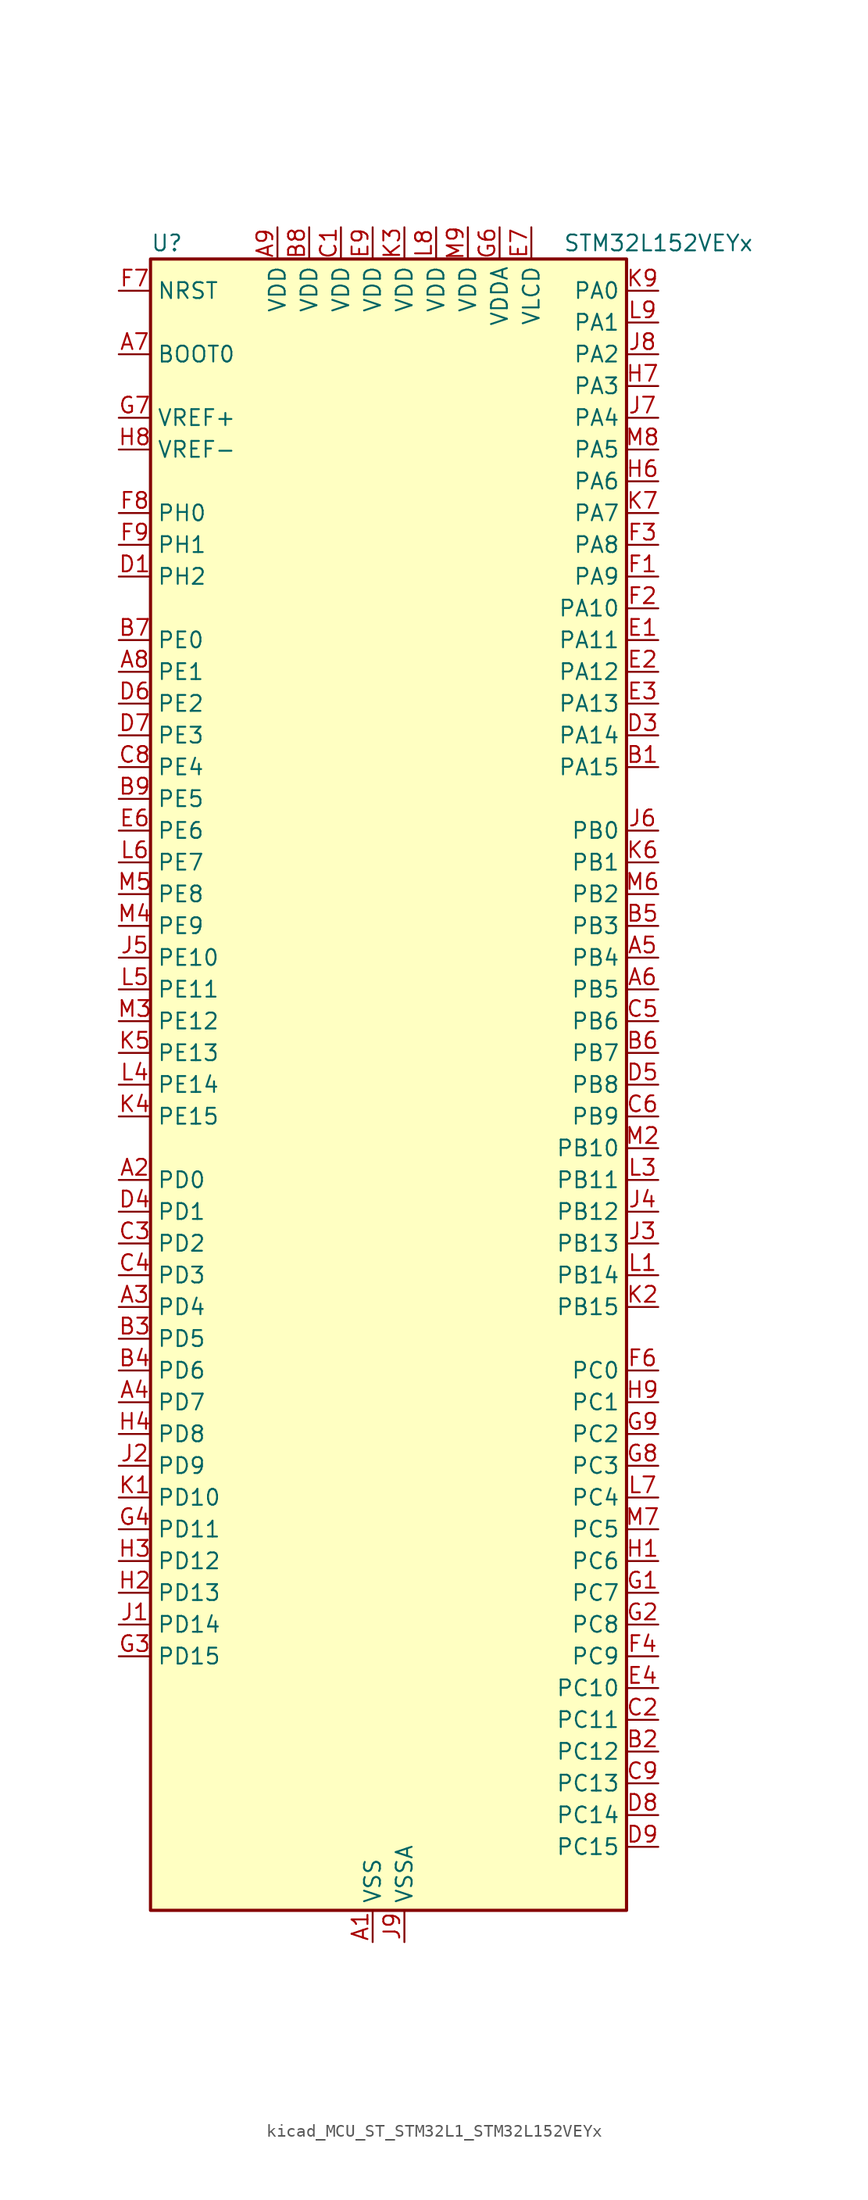
<source format=kicad_sym>
(kicad_symbol_lib
  (version 20220914)
  (generator kicad_symbol_editor)
  (symbol "kicad_MCU_ST_STM32L1_STM32L152VEYx"
    (property "Reference" "U"
      (at -17.78 67.31 0)
      (effects (font (size 1.27 1.27)) (justify left)))
    (property "Value" "STM32L152VEYx"
      (at 15.24 67.31 0)
      (effects (font (size 1.27 1.27)) (justify left)))
    (property "ki_locked" ""
      (at 0 0 0)
      (effects (font (size 1.27 1.27))))
    (symbol "kicad_MCU_ST_STM32L1_STM32L152VEYx_0_1"
      (rectangle (start -17.78 -66.04) (end 20.32 66.04) (stroke (width 0.254) (type default)) (fill (type background))))
    (symbol "kicad_MCU_ST_STM32L1_STM32L152VEYx_1_1"
      (pin power_in line (at 0 -68.58 90) (length 2.54) (name "VSS" (effects (font (size 1.27 1.27)))) (number "A1" (effects (font (size 1.27 1.27)))))
      (pin bidirectional line (at -20.32 -7.62 0) (length 2.54) (name "PD0" (effects (font (size 1.27 1.27)))) (number "A2" (effects (font (size 1.27 1.27)))) (alternate "I2S2_WS" bidirectional line) (alternate "SPI2_NSS" bidirectional line) (alternate "TIM9_CH1" bidirectional line) (alternate "TIMX_IC1" bidirectional line))
      (pin bidirectional line (at -20.32 -17.78 0) (length 2.54) (name "PD4" (effects (font (size 1.27 1.27)))) (number "A3" (effects (font (size 1.27 1.27)))) (alternate "I2S2_SD" bidirectional line) (alternate "SPI2_MOSI" bidirectional line) (alternate "TIMX_IC1" bidirectional line) (alternate "USART2_RTS" bidirectional line))
      (pin bidirectional line (at -20.32 -25.4 0) (length 2.54) (name "PD7" (effects (font (size 1.27 1.27)))) (number "A4" (effects (font (size 1.27 1.27)))) (alternate "TIM9_CH2" bidirectional line) (alternate "TIMX_IC4" bidirectional line) (alternate "USART2_CK" bidirectional line))
      (pin bidirectional line (at 22.86 10.16 180) (length 2.54) (name "PB4" (effects (font (size 1.27 1.27)))) (number "A5" (effects (font (size 1.27 1.27)))) (alternate "COMP2_INP" bidirectional line) (alternate "LCD_SEG8" bidirectional line) (alternate "SPI1_MISO" bidirectional line) (alternate "SPI3_MISO" bidirectional line) (alternate "SYS_JTRST" bidirectional line) (alternate "TIM3_CH1" bidirectional line) (alternate "TS_G6_IO1" bidirectional line))
      (pin bidirectional line (at 22.86 7.62 180) (length 2.54) (name "PB5" (effects (font (size 1.27 1.27)))) (number "A6" (effects (font (size 1.27 1.27)))) (alternate "COMP2_INP" bidirectional line) (alternate "I2C1_SMBA" bidirectional line) (alternate "I2S3_SD" bidirectional line) (alternate "LCD_SEG9" bidirectional line) (alternate "SPI1_MOSI" bidirectional line) (alternate "SPI3_MOSI" bidirectional line) (alternate "TIM3_CH2" bidirectional line) (alternate "TS_G6_IO2" bidirectional line))
      (pin input line (at -20.32 58.42 0) (length 2.54) (name "BOOT0" (effects (font (size 1.27 1.27)))) (number "A7" (effects (font (size 1.27 1.27)))))
      (pin bidirectional line (at -20.32 33.02 0) (length 2.54) (name "PE1" (effects (font (size 1.27 1.27)))) (number "A8" (effects (font (size 1.27 1.27)))) (alternate "LCD_SEG37" bidirectional line) (alternate "TIM11_CH1" bidirectional line) (alternate "TIMX_IC2" bidirectional line))
      (pin power_in line (at -7.62 68.58 270) (length 2.54) (name "VDD" (effects (font (size 1.27 1.27)))) (number "A9" (effects (font (size 1.27 1.27)))))
      (pin bidirectional line (at 22.86 25.4 180) (length 2.54) (name "PA15" (effects (font (size 1.27 1.27)))) (number "B1" (effects (font (size 1.27 1.27)))) (alternate "ADC_EXTI15" bidirectional line) (alternate "I2S3_WS" bidirectional line) (alternate "LCD_SEG17" bidirectional line) (alternate "SPI1_NSS" bidirectional line) (alternate "SPI3_NSS" bidirectional line) (alternate "SYS_JTDI" bidirectional line) (alternate "TIM2_CH1" bidirectional line) (alternate "TIM2_ETR" bidirectional line) (alternate "TIMX_IC4" bidirectional line) (alternate "TS_G5_IO3" bidirectional line))
      (pin bidirectional line (at 22.86 -53.34 180) (length 2.54) (name "PC12" (effects (font (size 1.27 1.27)))) (number "B2" (effects (font (size 1.27 1.27)))) (alternate "I2S3_SD" bidirectional line) (alternate "LCD_COM6" bidirectional line) (alternate "LCD_SEG30" bidirectional line) (alternate "LCD_SEG42" bidirectional line) (alternate "SPI3_MOSI" bidirectional line) (alternate "TIMX_IC1" bidirectional line) (alternate "UART5_TX" bidirectional line) (alternate "USART3_CK" bidirectional line))
      (pin bidirectional line (at -20.32 -20.32 0) (length 2.54) (name "PD5" (effects (font (size 1.27 1.27)))) (number "B3" (effects (font (size 1.27 1.27)))) (alternate "TIMX_IC2" bidirectional line) (alternate "USART2_TX" bidirectional line))
      (pin bidirectional line (at -20.32 -22.86 0) (length 2.54) (name "PD6" (effects (font (size 1.27 1.27)))) (number "B4" (effects (font (size 1.27 1.27)))) (alternate "TIMX_IC3" bidirectional line) (alternate "USART2_RX" bidirectional line))
      (pin bidirectional line (at 22.86 12.7 180) (length 2.54) (name "PB3" (effects (font (size 1.27 1.27)))) (number "B5" (effects (font (size 1.27 1.27)))) (alternate "COMP2_INM" bidirectional line) (alternate "I2S3_CK" bidirectional line) (alternate "LCD_SEG7" bidirectional line) (alternate "SPI1_SCK" bidirectional line) (alternate "SPI3_SCK" bidirectional line) (alternate "SYS_JTDO-TRACESWO" bidirectional line) (alternate "TIM2_CH2" bidirectional line))
      (pin bidirectional line (at 22.86 2.54 180) (length 2.54) (name "PB7" (effects (font (size 1.27 1.27)))) (number "B6" (effects (font (size 1.27 1.27)))) (alternate "COMP2_INP" bidirectional line) (alternate "I2C1_SDA" bidirectional line) (alternate "SYS_PVD_IN" bidirectional line) (alternate "TIM4_CH2" bidirectional line) (alternate "TS_G6_IO4" bidirectional line) (alternate "USART1_RX" bidirectional line))
      (pin bidirectional line (at -20.32 35.56 0) (length 2.54) (name "PE0" (effects (font (size 1.27 1.27)))) (number "B7" (effects (font (size 1.27 1.27)))) (alternate "LCD_SEG36" bidirectional line) (alternate "TIM10_CH1" bidirectional line) (alternate "TIM4_ETR" bidirectional line) (alternate "TIMX_IC1" bidirectional line))
      (pin power_in line (at -5.08 68.58 270) (length 2.54) (name "VDD" (effects (font (size 1.27 1.27)))) (number "B8" (effects (font (size 1.27 1.27)))))
      (pin bidirectional line (at -20.32 22.86 0) (length 2.54) (name "PE5" (effects (font (size 1.27 1.27)))) (number "B9" (effects (font (size 1.27 1.27)))) (alternate "SYS_TRACED2" bidirectional line) (alternate "TIM9_CH1" bidirectional line) (alternate "TIMX_IC2" bidirectional line))
      (pin power_in line (at -2.54 68.58 270) (length 2.54) (name "VDD" (effects (font (size 1.27 1.27)))) (number "C1" (effects (font (size 1.27 1.27)))))
      (pin bidirectional line (at 22.86 -50.8 180) (length 2.54) (name "PC11" (effects (font (size 1.27 1.27)))) (number "C2" (effects (font (size 1.27 1.27)))) (alternate "ADC_EXTI11" bidirectional line) (alternate "LCD_COM5" bidirectional line) (alternate "LCD_SEG29" bidirectional line) (alternate "LCD_SEG41" bidirectional line) (alternate "SPI3_MISO" bidirectional line) (alternate "TIMX_IC4" bidirectional line) (alternate "UART4_RX" bidirectional line) (alternate "USART3_RX" bidirectional line))
      (pin bidirectional line (at -20.32 -12.7 0) (length 2.54) (name "PD2" (effects (font (size 1.27 1.27)))) (number "C3" (effects (font (size 1.27 1.27)))) (alternate "LCD_COM7" bidirectional line) (alternate "LCD_SEG31" bidirectional line) (alternate "LCD_SEG43" bidirectional line) (alternate "TIM3_ETR" bidirectional line) (alternate "TIMX_IC3" bidirectional line) (alternate "UART5_RX" bidirectional line))
      (pin bidirectional line (at -20.32 -15.24 0) (length 2.54) (name "PD3" (effects (font (size 1.27 1.27)))) (number "C4" (effects (font (size 1.27 1.27)))) (alternate "SPI2_MISO" bidirectional line) (alternate "TIMX_IC4" bidirectional line) (alternate "USART2_CTS" bidirectional line))
      (pin bidirectional line (at 22.86 5.08 180) (length 2.54) (name "PB6" (effects (font (size 1.27 1.27)))) (number "C5" (effects (font (size 1.27 1.27)))) (alternate "COMP2_INP" bidirectional line) (alternate "I2C1_SCL" bidirectional line) (alternate "TIM4_CH1" bidirectional line) (alternate "TS_G6_IO3" bidirectional line) (alternate "USART1_TX" bidirectional line))
      (pin bidirectional line (at 22.86 -2.54 180) (length 2.54) (name "PB9" (effects (font (size 1.27 1.27)))) (number "C6" (effects (font (size 1.27 1.27)))) (alternate "DAC_EXTI9" bidirectional line) (alternate "I2C1_SDA" bidirectional line) (alternate "LCD_COM3" bidirectional line) (alternate "TIM11_CH1" bidirectional line) (alternate "TIM4_CH4" bidirectional line))
      (pin passive line (at 0 -68.58 90) (length 2.54) hide (name "VSS" (effects (font (size 1.27 1.27)))) (number "C7" (effects (font (size 1.27 1.27)))))
      (pin bidirectional line (at -20.32 25.4 0) (length 2.54) (name "PE4" (effects (font (size 1.27 1.27)))) (number "C8" (effects (font (size 1.27 1.27)))) (alternate "SYS_TRACED1" bidirectional line) (alternate "TIM3_CH2" bidirectional line) (alternate "TIMX_IC1" bidirectional line))
      (pin bidirectional line (at 22.86 -55.88 180) (length 2.54) (name "PC13" (effects (font (size 1.27 1.27)))) (number "C9" (effects (font (size 1.27 1.27)))) (alternate "RTC_OUT_ALARM" bidirectional line) (alternate "RTC_OUT_CALIB" bidirectional line) (alternate "RTC_TAMP1" bidirectional line) (alternate "RTC_TS" bidirectional line) (alternate "SYS_WKUP2" bidirectional line) (alternate "TIMX_IC2" bidirectional line))
      (pin bidirectional line (at -20.32 40.64 0) (length 2.54) (name "PH2" (effects (font (size 1.27 1.27)))) (number "D1" (effects (font (size 1.27 1.27)))))
      (pin passive line (at 0 -68.58 90) (length 2.54) hide (name "VSS" (effects (font (size 1.27 1.27)))) (number "D2" (effects (font (size 1.27 1.27)))))
      (pin bidirectional line (at 22.86 27.94 180) (length 2.54) (name "PA14" (effects (font (size 1.27 1.27)))) (number "D3" (effects (font (size 1.27 1.27)))) (alternate "SYS_JTCK-SWCLK" bidirectional line) (alternate "TIMX_IC3" bidirectional line) (alternate "TS_G5_IO2" bidirectional line))
      (pin bidirectional line (at -20.32 -10.16 0) (length 2.54) (name "PD1" (effects (font (size 1.27 1.27)))) (number "D4" (effects (font (size 1.27 1.27)))) (alternate "I2S2_CK" bidirectional line) (alternate "SPI2_SCK" bidirectional line) (alternate "TIMX_IC2" bidirectional line))
      (pin bidirectional line (at 22.86 0 180) (length 2.54) (name "PB8" (effects (font (size 1.27 1.27)))) (number "D5" (effects (font (size 1.27 1.27)))) (alternate "I2C1_SCL" bidirectional line) (alternate "LCD_SEG16" bidirectional line) (alternate "TIM10_CH1" bidirectional line) (alternate "TIM4_CH3" bidirectional line))
      (pin bidirectional line (at -20.32 30.48 0) (length 2.54) (name "PE2" (effects (font (size 1.27 1.27)))) (number "D6" (effects (font (size 1.27 1.27)))) (alternate "LCD_SEG38" bidirectional line) (alternate "SYS_TRACECK" bidirectional line) (alternate "TIM3_ETR" bidirectional line) (alternate "TIMX_IC3" bidirectional line))
      (pin bidirectional line (at -20.32 27.94 0) (length 2.54) (name "PE3" (effects (font (size 1.27 1.27)))) (number "D7" (effects (font (size 1.27 1.27)))) (alternate "LCD_SEG39" bidirectional line) (alternate "SYS_TRACED0" bidirectional line) (alternate "TIM3_CH1" bidirectional line) (alternate "TIMX_IC4" bidirectional line))
      (pin bidirectional line (at 22.86 -58.42 180) (length 2.54) (name "PC14" (effects (font (size 1.27 1.27)))) (number "D8" (effects (font (size 1.27 1.27)))) (alternate "RCC_OSC32_IN" bidirectional line) (alternate "TIMX_IC3" bidirectional line))
      (pin bidirectional line (at 22.86 -60.96 180) (length 2.54) (name "PC15" (effects (font (size 1.27 1.27)))) (number "D9" (effects (font (size 1.27 1.27)))) (alternate "ADC_EXTI15" bidirectional line) (alternate "RCC_OSC32_OUT" bidirectional line) (alternate "TIMX_IC4" bidirectional line))
      (pin bidirectional line (at 22.86 35.56 180) (length 2.54) (name "PA11" (effects (font (size 1.27 1.27)))) (number "E1" (effects (font (size 1.27 1.27)))) (alternate "ADC_EXTI11" bidirectional line) (alternate "SPI1_MISO" bidirectional line) (alternate "TIMX_IC4" bidirectional line) (alternate "USART1_CTS" bidirectional line) (alternate "USB_DM" bidirectional line))
      (pin bidirectional line (at 22.86 33.02 180) (length 2.54) (name "PA12" (effects (font (size 1.27 1.27)))) (number "E2" (effects (font (size 1.27 1.27)))) (alternate "SPI1_MOSI" bidirectional line) (alternate "TIMX_IC1" bidirectional line) (alternate "USART1_RTS" bidirectional line) (alternate "USB_DP" bidirectional line))
      (pin bidirectional line (at 22.86 30.48 180) (length 2.54) (name "PA13" (effects (font (size 1.27 1.27)))) (number "E3" (effects (font (size 1.27 1.27)))) (alternate "SYS_JTMS-SWDIO" bidirectional line) (alternate "TIMX_IC2" bidirectional line) (alternate "TS_G5_IO1" bidirectional line))
      (pin bidirectional line (at 22.86 -48.26 180) (length 2.54) (name "PC10" (effects (font (size 1.27 1.27)))) (number "E4" (effects (font (size 1.27 1.27)))) (alternate "I2S3_CK" bidirectional line) (alternate "LCD_COM4" bidirectional line) (alternate "LCD_SEG28" bidirectional line) (alternate "LCD_SEG40" bidirectional line) (alternate "SPI3_SCK" bidirectional line) (alternate "TIMX_IC3" bidirectional line) (alternate "UART4_TX" bidirectional line) (alternate "USART3_TX" bidirectional line))
      (pin bidirectional line (at -20.32 20.32 0) (length 2.54) (name "PE6" (effects (font (size 1.27 1.27)))) (number "E6" (effects (font (size 1.27 1.27)))) (alternate "RTC_TAMP3" bidirectional line) (alternate "SYS_TRACED3" bidirectional line) (alternate "SYS_WKUP3" bidirectional line) (alternate "TIM9_CH2" bidirectional line) (alternate "TIMX_IC3" bidirectional line))
      (pin power_in line (at 12.7 68.58 270) (length 2.54) (name "VLCD" (effects (font (size 1.27 1.27)))) (number "E7" (effects (font (size 1.27 1.27)))))
      (pin passive line (at 0 -68.58 90) (length 2.54) hide (name "VSS" (effects (font (size 1.27 1.27)))) (number "E8" (effects (font (size 1.27 1.27)))))
      (pin power_in line (at 0 68.58 270) (length 2.54) (name "VDD" (effects (font (size 1.27 1.27)))) (number "E9" (effects (font (size 1.27 1.27)))))
      (pin bidirectional line (at 22.86 40.64 180) (length 2.54) (name "PA9" (effects (font (size 1.27 1.27)))) (number "F1" (effects (font (size 1.27 1.27)))) (alternate "DAC_EXTI9" bidirectional line) (alternate "LCD_COM1" bidirectional line) (alternate "TIMX_IC2" bidirectional line) (alternate "TS_G4_IO2" bidirectional line) (alternate "USART1_TX" bidirectional line))
      (pin bidirectional line (at 22.86 38.1 180) (length 2.54) (name "PA10" (effects (font (size 1.27 1.27)))) (number "F2" (effects (font (size 1.27 1.27)))) (alternate "LCD_COM2" bidirectional line) (alternate "TIMX_IC3" bidirectional line) (alternate "TS_G4_IO3" bidirectional line) (alternate "USART1_RX" bidirectional line))
      (pin bidirectional line (at 22.86 43.18 180) (length 2.54) (name "PA8" (effects (font (size 1.27 1.27)))) (number "F3" (effects (font (size 1.27 1.27)))) (alternate "LCD_COM0" bidirectional line) (alternate "RCC_MCO" bidirectional line) (alternate "TIMX_IC1" bidirectional line) (alternate "TS_G4_IO1" bidirectional line) (alternate "USART1_CK" bidirectional line))
      (pin bidirectional line (at 22.86 -45.72 180) (length 2.54) (name "PC9" (effects (font (size 1.27 1.27)))) (number "F4" (effects (font (size 1.27 1.27)))) (alternate "DAC_EXTI9" bidirectional line) (alternate "LCD_SEG27" bidirectional line) (alternate "TIM3_CH4" bidirectional line) (alternate "TIMX_IC2" bidirectional line) (alternate "TS_G10_IO4" bidirectional line))
      (pin bidirectional line (at 22.86 -22.86 180) (length 2.54) (name "PC0" (effects (font (size 1.27 1.27)))) (number "F6" (effects (font (size 1.27 1.27)))) (alternate "ADC_IN10" bidirectional line) (alternate "COMP1_INP" bidirectional line) (alternate "LCD_SEG18" bidirectional line) (alternate "TIMX_IC1" bidirectional line) (alternate "TS_G8_IO1" bidirectional line))
      (pin input line (at -20.32 63.5 0) (length 2.54) (name "NRST" (effects (font (size 1.27 1.27)))) (number "F7" (effects (font (size 1.27 1.27)))))
      (pin bidirectional line (at -20.32 45.72 0) (length 2.54) (name "PH0" (effects (font (size 1.27 1.27)))) (number "F8" (effects (font (size 1.27 1.27)))) (alternate "RCC_OSC_IN" bidirectional line))
      (pin bidirectional line (at -20.32 43.18 0) (length 2.54) (name "PH1" (effects (font (size 1.27 1.27)))) (number "F9" (effects (font (size 1.27 1.27)))) (alternate "RCC_OSC_OUT" bidirectional line))
      (pin bidirectional line (at 22.86 -40.64 180) (length 2.54) (name "PC7" (effects (font (size 1.27 1.27)))) (number "G1" (effects (font (size 1.27 1.27)))) (alternate "I2S3_MCK" bidirectional line) (alternate "LCD_SEG25" bidirectional line) (alternate "TIM3_CH2" bidirectional line) (alternate "TIMX_IC4" bidirectional line) (alternate "TS_G10_IO2" bidirectional line))
      (pin bidirectional line (at 22.86 -43.18 180) (length 2.54) (name "PC8" (effects (font (size 1.27 1.27)))) (number "G2" (effects (font (size 1.27 1.27)))) (alternate "LCD_SEG26" bidirectional line) (alternate "TIM3_CH3" bidirectional line) (alternate "TIMX_IC1" bidirectional line) (alternate "TS_G10_IO3" bidirectional line))
      (pin bidirectional line (at -20.32 -45.72 0) (length 2.54) (name "PD15" (effects (font (size 1.27 1.27)))) (number "G3" (effects (font (size 1.27 1.27)))) (alternate "ADC_EXTI15" bidirectional line) (alternate "LCD_SEG35" bidirectional line) (alternate "TIM4_CH4" bidirectional line) (alternate "TIMX_IC4" bidirectional line))
      (pin bidirectional line (at -20.32 -35.56 0) (length 2.54) (name "PD11" (effects (font (size 1.27 1.27)))) (number "G4" (effects (font (size 1.27 1.27)))) (alternate "ADC_EXTI11" bidirectional line) (alternate "LCD_SEG31" bidirectional line) (alternate "TIMX_IC4" bidirectional line) (alternate "USART3_CTS" bidirectional line))
      (pin power_in line (at 10.16 68.58 270) (length 2.54) (name "VDDA" (effects (font (size 1.27 1.27)))) (number "G6" (effects (font (size 1.27 1.27)))))
      (pin input line (at -20.32 53.34 0) (length 2.54) (name "VREF+" (effects (font (size 1.27 1.27)))) (number "G7" (effects (font (size 1.27 1.27)))))
      (pin bidirectional line (at 22.86 -30.48 180) (length 2.54) (name "PC3" (effects (font (size 1.27 1.27)))) (number "G8" (effects (font (size 1.27 1.27)))) (alternate "ADC_IN13" bidirectional line) (alternate "COMP1_INP" bidirectional line) (alternate "LCD_SEG21" bidirectional line) (alternate "TIMX_IC4" bidirectional line) (alternate "TS_G8_IO4" bidirectional line))
      (pin bidirectional line (at 22.86 -27.94 180) (length 2.54) (name "PC2" (effects (font (size 1.27 1.27)))) (number "G9" (effects (font (size 1.27 1.27)))) (alternate "ADC_IN12" bidirectional line) (alternate "COMP1_INP" bidirectional line) (alternate "LCD_SEG20" bidirectional line) (alternate "TIMX_IC3" bidirectional line) (alternate "TS_G8_IO3" bidirectional line))
      (pin bidirectional line (at 22.86 -38.1 180) (length 2.54) (name "PC6" (effects (font (size 1.27 1.27)))) (number "H1" (effects (font (size 1.27 1.27)))) (alternate "I2S2_MCK" bidirectional line) (alternate "LCD_SEG24" bidirectional line) (alternate "TIM3_CH1" bidirectional line) (alternate "TIMX_IC3" bidirectional line) (alternate "TS_G10_IO1" bidirectional line))
      (pin bidirectional line (at -20.32 -40.64 0) (length 2.54) (name "PD13" (effects (font (size 1.27 1.27)))) (number "H2" (effects (font (size 1.27 1.27)))) (alternate "LCD_SEG33" bidirectional line) (alternate "TIM4_CH2" bidirectional line) (alternate "TIMX_IC2" bidirectional line))
      (pin bidirectional line (at -20.32 -38.1 0) (length 2.54) (name "PD12" (effects (font (size 1.27 1.27)))) (number "H3" (effects (font (size 1.27 1.27)))) (alternate "LCD_SEG32" bidirectional line) (alternate "TIM4_CH1" bidirectional line) (alternate "TIMX_IC1" bidirectional line) (alternate "USART3_RTS" bidirectional line))
      (pin bidirectional line (at -20.32 -27.94 0) (length 2.54) (name "PD8" (effects (font (size 1.27 1.27)))) (number "H4" (effects (font (size 1.27 1.27)))) (alternate "LCD_SEG28" bidirectional line) (alternate "TIMX_IC1" bidirectional line) (alternate "USART3_TX" bidirectional line))
      (pin bidirectional line (at 22.86 48.26 180) (length 2.54) (name "PA6" (effects (font (size 1.27 1.27)))) (number "H6" (effects (font (size 1.27 1.27)))) (alternate "ADC_IN6" bidirectional line) (alternate "COMP1_INP" bidirectional line) (alternate "LCD_SEG3" bidirectional line) (alternate "OPAMP2_VINP" bidirectional line) (alternate "SPI1_MISO" bidirectional line) (alternate "TIM10_CH1" bidirectional line) (alternate "TIM3_CH1" bidirectional line) (alternate "TIMX_IC3" bidirectional line) (alternate "TS_G2_IO1" bidirectional line))
      (pin bidirectional line (at 22.86 55.88 180) (length 2.54) (name "PA3" (effects (font (size 1.27 1.27)))) (number "H7" (effects (font (size 1.27 1.27)))) (alternate "ADC_IN3" bidirectional line) (alternate "COMP1_INP" bidirectional line) (alternate "LCD_SEG2" bidirectional line) (alternate "OPAMP1_VOUT" bidirectional line) (alternate "TIM2_CH4" bidirectional line) (alternate "TIM5_CH4" bidirectional line) (alternate "TIM9_CH2" bidirectional line) (alternate "TIMX_IC4" bidirectional line) (alternate "TS_G1_IO4" bidirectional line) (alternate "USART2_RX" bidirectional line))
      (pin input line (at -20.32 50.8 0) (length 2.54) (name "VREF-" (effects (font (size 1.27 1.27)))) (number "H8" (effects (font (size 1.27 1.27)))))
      (pin bidirectional line (at 22.86 -25.4 180) (length 2.54) (name "PC1" (effects (font (size 1.27 1.27)))) (number "H9" (effects (font (size 1.27 1.27)))) (alternate "ADC_IN11" bidirectional line) (alternate "COMP1_INP" bidirectional line) (alternate "LCD_SEG19" bidirectional line) (alternate "TIMX_IC2" bidirectional line) (alternate "TS_G8_IO2" bidirectional line))
      (pin bidirectional line (at -20.32 -43.18 0) (length 2.54) (name "PD14" (effects (font (size 1.27 1.27)))) (number "J1" (effects (font (size 1.27 1.27)))) (alternate "LCD_SEG34" bidirectional line) (alternate "TIM4_CH3" bidirectional line) (alternate "TIMX_IC3" bidirectional line))
      (pin bidirectional line (at -20.32 -30.48 0) (length 2.54) (name "PD9" (effects (font (size 1.27 1.27)))) (number "J2" (effects (font (size 1.27 1.27)))) (alternate "DAC_EXTI9" bidirectional line) (alternate "LCD_SEG29" bidirectional line) (alternate "TIMX_IC2" bidirectional line) (alternate "USART3_RX" bidirectional line))
      (pin bidirectional line (at 22.86 -12.7 180) (length 2.54) (name "PB13" (effects (font (size 1.27 1.27)))) (number "J3" (effects (font (size 1.27 1.27)))) (alternate "ADC_IN19" bidirectional line) (alternate "COMP1_INP" bidirectional line) (alternate "I2S2_CK" bidirectional line) (alternate "LCD_SEG13" bidirectional line) (alternate "SPI2_SCK" bidirectional line) (alternate "TIM9_CH1" bidirectional line) (alternate "TS_G7_IO2" bidirectional line) (alternate "USART3_CTS" bidirectional line))
      (pin bidirectional line (at 22.86 -10.16 180) (length 2.54) (name "PB12" (effects (font (size 1.27 1.27)))) (number "J4" (effects (font (size 1.27 1.27)))) (alternate "ADC_IN18" bidirectional line) (alternate "COMP1_INP" bidirectional line) (alternate "I2C2_SMBA" bidirectional line) (alternate "I2S2_WS" bidirectional line) (alternate "LCD_SEG12" bidirectional line) (alternate "SPI2_NSS" bidirectional line) (alternate "TIM10_CH1" bidirectional line) (alternate "TS_G7_IO1" bidirectional line) (alternate "USART3_CK" bidirectional line))
      (pin bidirectional line (at -20.32 10.16 0) (length 2.54) (name "PE10" (effects (font (size 1.27 1.27)))) (number "J5" (effects (font (size 1.27 1.27)))) (alternate "ADC_IN25" bidirectional line) (alternate "COMP1_INP" bidirectional line) (alternate "TIM2_CH2" bidirectional line) (alternate "TIMX_IC3" bidirectional line))
      (pin bidirectional line (at 22.86 20.32 180) (length 2.54) (name "PB0" (effects (font (size 1.27 1.27)))) (number "J6" (effects (font (size 1.27 1.27)))) (alternate "ADC_IN8" bidirectional line) (alternate "COMP1_INP" bidirectional line) (alternate "LCD_SEG5" bidirectional line) (alternate "OPAMP2_VOUT" bidirectional line) (alternate "SYS_V_REF_OUT" bidirectional line) (alternate "TIM3_CH3" bidirectional line) (alternate "TS_G3_IO1" bidirectional line))
      (pin bidirectional line (at 22.86 53.34 180) (length 2.54) (name "PA4" (effects (font (size 1.27 1.27)))) (number "J7" (effects (font (size 1.27 1.27)))) (alternate "ADC_IN4" bidirectional line) (alternate "COMP1_INP" bidirectional line) (alternate "DAC_OUT1" bidirectional line) (alternate "I2S3_WS" bidirectional line) (alternate "SPI1_NSS" bidirectional line) (alternate "SPI3_NSS" bidirectional line) (alternate "TIMX_IC1" bidirectional line) (alternate "USART2_CK" bidirectional line))
      (pin bidirectional line (at 22.86 58.42 180) (length 2.54) (name "PA2" (effects (font (size 1.27 1.27)))) (number "J8" (effects (font (size 1.27 1.27)))) (alternate "ADC_IN2" bidirectional line) (alternate "COMP1_INP" bidirectional line) (alternate "LCD_SEG1" bidirectional line) (alternate "OPAMP1_VINM" bidirectional line) (alternate "TIM2_CH3" bidirectional line) (alternate "TIM5_CH3" bidirectional line) (alternate "TIM9_CH1" bidirectional line) (alternate "TIMX_IC3" bidirectional line) (alternate "TS_G1_IO3" bidirectional line) (alternate "USART2_TX" bidirectional line))
      (pin power_in line (at 2.54 -68.58 90) (length 2.54) (name "VSSA" (effects (font (size 1.27 1.27)))) (number "J9" (effects (font (size 1.27 1.27)))))
      (pin bidirectional line (at -20.32 -33.02 0) (length 2.54) (name "PD10" (effects (font (size 1.27 1.27)))) (number "K1" (effects (font (size 1.27 1.27)))) (alternate "LCD_SEG30" bidirectional line) (alternate "TIMX_IC3" bidirectional line) (alternate "USART3_CK" bidirectional line))
      (pin bidirectional line (at 22.86 -17.78 180) (length 2.54) (name "PB15" (effects (font (size 1.27 1.27)))) (number "K2" (effects (font (size 1.27 1.27)))) (alternate "ADC_EXTI15" bidirectional line) (alternate "ADC_IN21" bidirectional line) (alternate "COMP1_INP" bidirectional line) (alternate "I2S2_SD" bidirectional line) (alternate "LCD_SEG15" bidirectional line) (alternate "RTC_REFIN" bidirectional line) (alternate "SPI2_MOSI" bidirectional line) (alternate "TIM11_CH1" bidirectional line) (alternate "TS_G7_IO4" bidirectional line))
      (pin power_in line (at 2.54 68.58 270) (length 2.54) (name "VDD" (effects (font (size 1.27 1.27)))) (number "K3" (effects (font (size 1.27 1.27)))))
      (pin bidirectional line (at -20.32 -2.54 0) (length 2.54) (name "PE15" (effects (font (size 1.27 1.27)))) (number "K4" (effects (font (size 1.27 1.27)))) (alternate "ADC_EXTI15" bidirectional line) (alternate "SPI1_MOSI" bidirectional line) (alternate "TIMX_IC4" bidirectional line))
      (pin bidirectional line (at -20.32 2.54 0) (length 2.54) (name "PE13" (effects (font (size 1.27 1.27)))) (number "K5" (effects (font (size 1.27 1.27)))) (alternate "SPI1_SCK" bidirectional line) (alternate "TIMX_IC2" bidirectional line))
      (pin bidirectional line (at 22.86 17.78 180) (length 2.54) (name "PB1" (effects (font (size 1.27 1.27)))) (number "K6" (effects (font (size 1.27 1.27)))) (alternate "ADC_IN9" bidirectional line) (alternate "COMP1_INP" bidirectional line) (alternate "LCD_SEG6" bidirectional line) (alternate "SYS_V_REF_OUT" bidirectional line) (alternate "TIM3_CH4" bidirectional line) (alternate "TS_G3_IO2" bidirectional line))
      (pin bidirectional line (at 22.86 45.72 180) (length 2.54) (name "PA7" (effects (font (size 1.27 1.27)))) (number "K7" (effects (font (size 1.27 1.27)))) (alternate "ADC_IN7" bidirectional line) (alternate "COMP1_INP" bidirectional line) (alternate "LCD_SEG4" bidirectional line) (alternate "OPAMP2_VINM" bidirectional line) (alternate "SPI1_MOSI" bidirectional line) (alternate "TIM11_CH1" bidirectional line) (alternate "TIM3_CH2" bidirectional line) (alternate "TIMX_IC4" bidirectional line) (alternate "TS_G2_IO2" bidirectional line))
      (pin passive line (at 0 -68.58 90) (length 2.54) hide (name "VSS" (effects (font (size 1.27 1.27)))) (number "K8" (effects (font (size 1.27 1.27)))))
      (pin bidirectional line (at 22.86 63.5 180) (length 2.54) (name "PA0" (effects (font (size 1.27 1.27)))) (number "K9" (effects (font (size 1.27 1.27)))) (alternate "ADC_IN0" bidirectional line) (alternate "COMP1_INP" bidirectional line) (alternate "RTC_TAMP2" bidirectional line) (alternate "SYS_WKUP1" bidirectional line) (alternate "TIM2_CH1" bidirectional line) (alternate "TIM2_ETR" bidirectional line) (alternate "TIM5_CH1" bidirectional line) (alternate "TIMX_IC1" bidirectional line) (alternate "TS_G1_IO1" bidirectional line) (alternate "USART2_CTS" bidirectional line))
      (pin bidirectional line (at 22.86 -15.24 180) (length 2.54) (name "PB14" (effects (font (size 1.27 1.27)))) (number "L1" (effects (font (size 1.27 1.27)))) (alternate "ADC_IN20" bidirectional line) (alternate "COMP1_INP" bidirectional line) (alternate "LCD_SEG14" bidirectional line) (alternate "SPI2_MISO" bidirectional line) (alternate "TIM9_CH2" bidirectional line) (alternate "TS_G7_IO3" bidirectional line) (alternate "USART3_RTS" bidirectional line))
      (pin passive line (at 0 -68.58 90) (length 2.54) hide (name "VSS" (effects (font (size 1.27 1.27)))) (number "L2" (effects (font (size 1.27 1.27)))))
      (pin bidirectional line (at 22.86 -7.62 180) (length 2.54) (name "PB11" (effects (font (size 1.27 1.27)))) (number "L3" (effects (font (size 1.27 1.27)))) (alternate "ADC_EXTI11" bidirectional line) (alternate "I2C2_SDA" bidirectional line) (alternate "LCD_SEG11" bidirectional line) (alternate "TIM2_CH4" bidirectional line) (alternate "USART3_RX" bidirectional line))
      (pin bidirectional line (at -20.32 0 0) (length 2.54) (name "PE14" (effects (font (size 1.27 1.27)))) (number "L4" (effects (font (size 1.27 1.27)))) (alternate "SPI1_MISO" bidirectional line) (alternate "TIMX_IC3" bidirectional line))
      (pin bidirectional line (at -20.32 7.62 0) (length 2.54) (name "PE11" (effects (font (size 1.27 1.27)))) (number "L5" (effects (font (size 1.27 1.27)))) (alternate "ADC_EXTI11" bidirectional line) (alternate "TIM2_CH3" bidirectional line) (alternate "TIMX_IC4" bidirectional line))
      (pin bidirectional line (at -20.32 17.78 0) (length 2.54) (name "PE7" (effects (font (size 1.27 1.27)))) (number "L6" (effects (font (size 1.27 1.27)))) (alternate "ADC_IN22" bidirectional line) (alternate "COMP1_INP" bidirectional line) (alternate "TIMX_IC4" bidirectional line))
      (pin bidirectional line (at 22.86 -33.02 180) (length 2.54) (name "PC4" (effects (font (size 1.27 1.27)))) (number "L7" (effects (font (size 1.27 1.27)))) (alternate "ADC_IN14" bidirectional line) (alternate "COMP1_INP" bidirectional line) (alternate "LCD_SEG22" bidirectional line) (alternate "TIMX_IC1" bidirectional line) (alternate "TS_G9_IO1" bidirectional line))
      (pin power_in line (at 5.08 68.58 270) (length 2.54) (name "VDD" (effects (font (size 1.27 1.27)))) (number "L8" (effects (font (size 1.27 1.27)))))
      (pin bidirectional line (at 22.86 60.96 180) (length 2.54) (name "PA1" (effects (font (size 1.27 1.27)))) (number "L9" (effects (font (size 1.27 1.27)))) (alternate "ADC_IN1" bidirectional line) (alternate "COMP1_INP" bidirectional line) (alternate "LCD_SEG0" bidirectional line) (alternate "OPAMP1_VINP" bidirectional line) (alternate "TIM2_CH2" bidirectional line) (alternate "TIM5_CH2" bidirectional line) (alternate "TIMX_IC2" bidirectional line) (alternate "TS_G1_IO2" bidirectional line) (alternate "USART2_RTS" bidirectional line))
      (pin passive line (at 0 -68.58 90) (length 2.54) hide (name "VSS" (effects (font (size 1.27 1.27)))) (number "M1" (effects (font (size 1.27 1.27)))))
      (pin bidirectional line (at 22.86 -5.08 180) (length 2.54) (name "PB10" (effects (font (size 1.27 1.27)))) (number "M2" (effects (font (size 1.27 1.27)))) (alternate "I2C2_SCL" bidirectional line) (alternate "LCD_SEG10" bidirectional line) (alternate "TIM2_CH3" bidirectional line) (alternate "USART3_TX" bidirectional line))
      (pin bidirectional line (at -20.32 5.08 0) (length 2.54) (name "PE12" (effects (font (size 1.27 1.27)))) (number "M3" (effects (font (size 1.27 1.27)))) (alternate "SPI1_NSS" bidirectional line) (alternate "TIM2_CH4" bidirectional line) (alternate "TIMX_IC1" bidirectional line))
      (pin bidirectional line (at -20.32 12.7 0) (length 2.54) (name "PE9" (effects (font (size 1.27 1.27)))) (number "M4" (effects (font (size 1.27 1.27)))) (alternate "ADC_IN24" bidirectional line) (alternate "COMP1_INP" bidirectional line) (alternate "DAC_EXTI9" bidirectional line) (alternate "TIM2_CH1" bidirectional line) (alternate "TIM2_ETR" bidirectional line) (alternate "TIMX_IC2" bidirectional line))
      (pin bidirectional line (at -20.32 15.24 0) (length 2.54) (name "PE8" (effects (font (size 1.27 1.27)))) (number "M5" (effects (font (size 1.27 1.27)))) (alternate "ADC_IN23" bidirectional line) (alternate "COMP1_INP" bidirectional line) (alternate "TIMX_IC1" bidirectional line))
      (pin bidirectional line (at 22.86 15.24 180) (length 2.54) (name "PB2" (effects (font (size 1.27 1.27)))) (number "M6" (effects (font (size 1.27 1.27)))) (alternate "ADC_IN0b" bidirectional line) (alternate "TS_G3_IO3" bidirectional line))
      (pin bidirectional line (at 22.86 -35.56 180) (length 2.54) (name "PC5" (effects (font (size 1.27 1.27)))) (number "M7" (effects (font (size 1.27 1.27)))) (alternate "ADC_IN15" bidirectional line) (alternate "COMP1_INP" bidirectional line) (alternate "LCD_SEG23" bidirectional line) (alternate "TIMX_IC2" bidirectional line) (alternate "TS_G9_IO2" bidirectional line))
      (pin bidirectional line (at 22.86 50.8 180) (length 2.54) (name "PA5" (effects (font (size 1.27 1.27)))) (number "M8" (effects (font (size 1.27 1.27)))) (alternate "ADC_IN5" bidirectional line) (alternate "COMP1_INP" bidirectional line) (alternate "DAC_OUT2" bidirectional line) (alternate "SPI1_SCK" bidirectional line) (alternate "TIM2_CH1" bidirectional line) (alternate "TIM2_ETR" bidirectional line) (alternate "TIMX_IC2" bidirectional line))
      (pin power_in line (at 7.62 68.58 270) (length 2.54) (name "VDD" (effects (font (size 1.27 1.27)))) (number "M9" (effects (font (size 1.27 1.27))))))))
</source>
